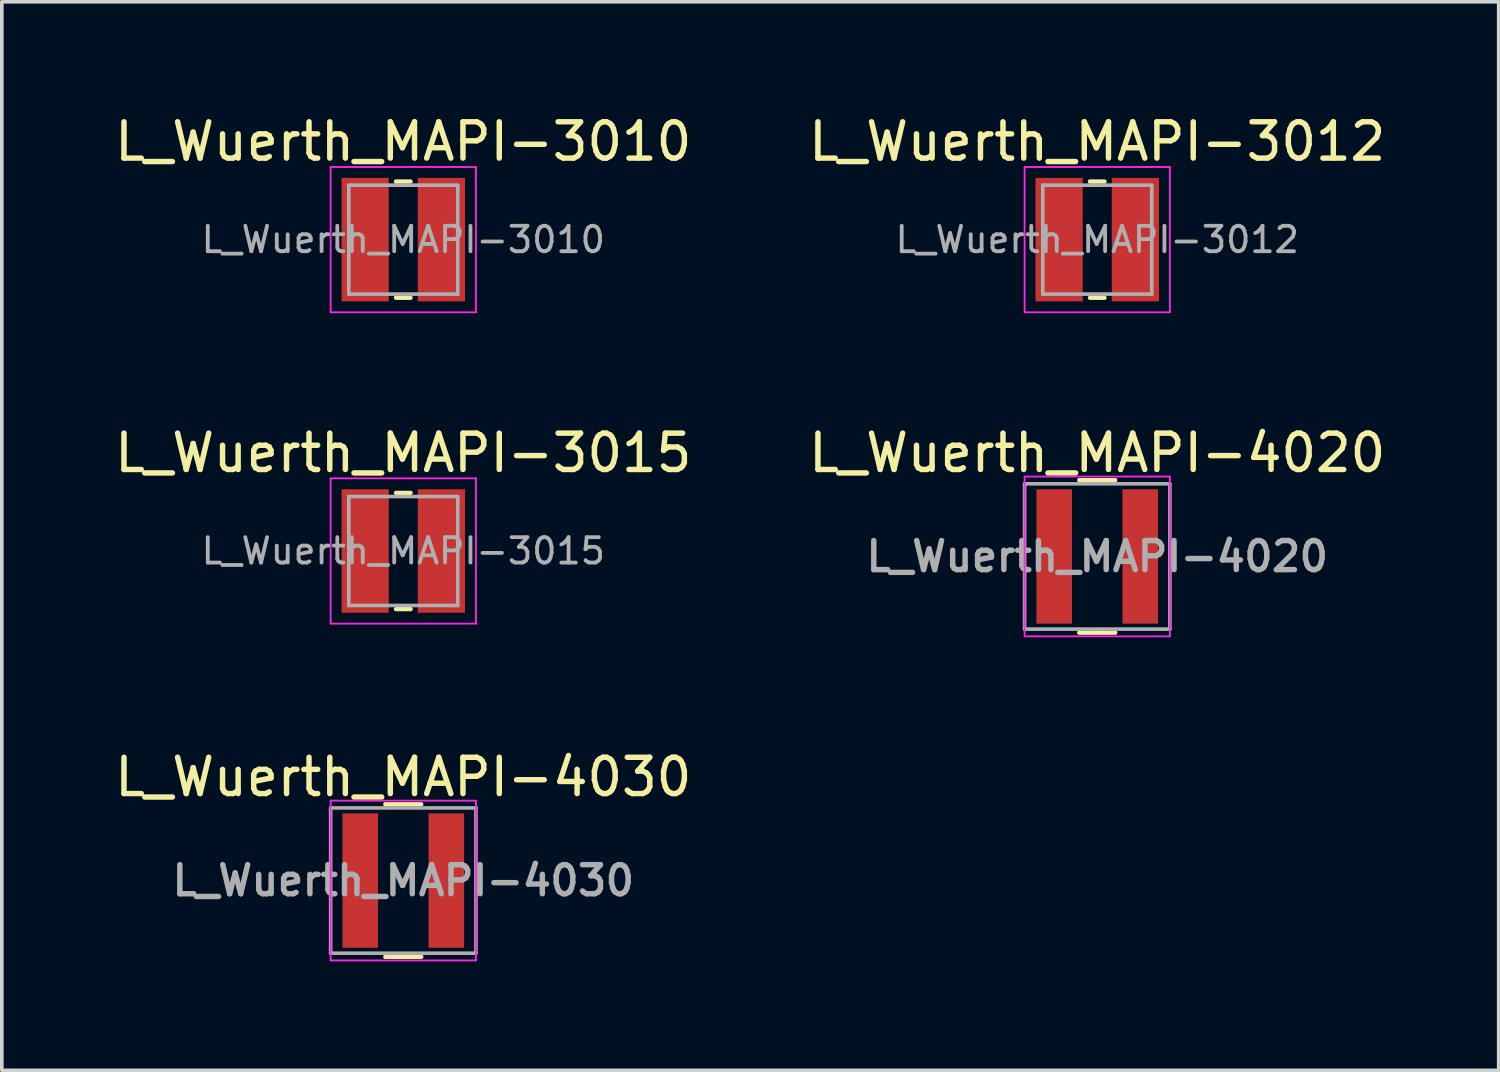
<source format=kicad_pcb>
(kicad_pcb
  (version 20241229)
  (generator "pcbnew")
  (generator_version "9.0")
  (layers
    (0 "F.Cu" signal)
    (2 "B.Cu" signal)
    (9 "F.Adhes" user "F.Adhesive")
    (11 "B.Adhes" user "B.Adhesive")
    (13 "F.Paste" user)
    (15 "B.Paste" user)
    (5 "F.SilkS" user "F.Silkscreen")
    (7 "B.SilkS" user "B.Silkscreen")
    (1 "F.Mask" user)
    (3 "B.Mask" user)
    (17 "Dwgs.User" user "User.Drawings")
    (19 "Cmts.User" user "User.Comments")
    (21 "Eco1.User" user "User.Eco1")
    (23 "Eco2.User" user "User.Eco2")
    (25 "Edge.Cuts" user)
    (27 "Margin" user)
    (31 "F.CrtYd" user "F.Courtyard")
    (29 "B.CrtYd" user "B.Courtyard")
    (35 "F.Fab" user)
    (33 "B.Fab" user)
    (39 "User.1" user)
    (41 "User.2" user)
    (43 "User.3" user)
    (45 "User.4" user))
  (footprint "L_Wuerth_MAPI-4030"
    (layer "F.Cu")
    (at 8.054 21.195)
    (property "Reference" "L_Wuerth_MAPI-4030" (at 0 -2.85 0) (layer "F.SilkS") (effects (font (size 1 1) (thickness 0.15))))
    (attr smd)
    (fp_line (start -0.495 -2.1) (end 0.495 -2.1) (stroke (width 0.12) (type solid)) (layer "F.SilkS"))
    (fp_line (start -0.495 2.1) (end 0.495 2.1) (stroke (width 0.12) (type solid)) (layer "F.SilkS"))
    (fp_line (start -2 -2.2) (end -2 2.2) (stroke (width 0.05) (type solid)) (layer "F.CrtYd"))
    (fp_line (start -2 2.2) (end 2 2.2) (stroke (width 0.05) (type solid)) (layer "F.CrtYd"))
    (fp_line (start 2 -2.2) (end -2 -2.2) (stroke (width 0.05) (type solid)) (layer "F.CrtYd"))
    (fp_line (start 2 2.2) (end 2 -2.2) (stroke (width 0.05) (type solid)) (layer "F.CrtYd"))
    (fp_line (start -2 -2) (end -2 2) (stroke (width 0.1) (type solid)) (layer "F.Fab"))
    (fp_line (start -2 2) (end 2 2) (stroke (width 0.1) (type solid)) (layer "F.Fab"))
    (fp_line (start 2 -2) (end -2 -2) (stroke (width 0.1) (type solid)) (layer "F.Fab"))
    (fp_line (start 2 2) (end 2 -2) (stroke (width 0.1) (type solid)) (layer "F.Fab"))
    (fp_text user "${REFERENCE}" (at 0 0 0) (layer "F.Fab") (effects (font (size 0.8 0.8) (thickness 0.15))))
    (pad "1" smd rect (at -1.185 0) (size 0.98 3.7) (layers "F.Cu" "F.Mask" "F.Paste"))
    (pad "2" smd rect (at 1.185 0) (size 0.98 3.7) (layers "F.Cu" "F.Mask" "F.Paste")))
  (footprint "L_Wuerth_MAPI-3012"
    (layer "F.Cu")
    (at 27.161 3.548)
    (property "Reference" "L_Wuerth_MAPI-3012" (at 0 -2.7 0) (layer "F.SilkS") (effects (font (size 1 1) (thickness 0.15))))
    (attr smd)
    (fp_line (start -0.2 -1.6) (end 0.2 -1.6) (stroke (width 0.12) (type solid)) (layer "F.SilkS"))
    (fp_line (start -0.2 1.6) (end 0.2 1.6) (stroke (width 0.12) (type solid)) (layer "F.SilkS"))
    (fp_line (start -2 -2) (end -2 2) (stroke (width 0.05) (type solid)) (layer "F.CrtYd"))
    (fp_line (start -2 2) (end 2 2) (stroke (width 0.05) (type solid)) (layer "F.CrtYd"))
    (fp_line (start 2 -2) (end -2 -2) (stroke (width 0.05) (type solid)) (layer "F.CrtYd"))
    (fp_line (start 2 2) (end 2 -2) (stroke (width 0.05) (type solid)) (layer "F.CrtYd"))
    (fp_line (start -1.5 -1.5) (end -1.5 1.5) (stroke (width 0.1) (type solid)) (layer "F.Fab"))
    (fp_line (start -1.5 1.5) (end 1.5 1.5) (stroke (width 0.1) (type solid)) (layer "F.Fab"))
    (fp_line (start 1.5 -1.5) (end -1.5 -1.5) (stroke (width 0.1) (type solid)) (layer "F.Fab"))
    (fp_line (start 1.5 1.5) (end 1.5 -1.5) (stroke (width 0.1) (type solid)) (layer "F.Fab"))
    (fp_text user "${REFERENCE}" (at 0 0 0) (layer "F.Fab") (effects (font (size 0.7 0.7) (thickness 0.105))))
    (pad "1" smd rect (at -1.05 0) (size 1.3 3.4) (layers "F.Cu" "F.Mask" "F.Paste"))
    (pad "2" smd rect (at 1.05 0) (size 1.3 3.4) (layers "F.Cu" "F.Mask" "F.Paste")))
  (footprint "L_Wuerth_MAPI-3015"
    (layer "F.Cu")
    (at 8.054 12.121)
    (property "Reference" "L_Wuerth_MAPI-3015" (at 0 -2.7 0) (layer "F.SilkS") (effects (font (size 1 1) (thickness 0.15))))
    (attr smd)
    (fp_line (start -0.2 -1.6) (end 0.2 -1.6) (stroke (width 0.12) (type solid)) (layer "F.SilkS"))
    (fp_line (start -0.2 1.6) (end 0.2 1.6) (stroke (width 0.12) (type solid)) (layer "F.SilkS"))
    (fp_line (start -2 -2) (end -2 2) (stroke (width 0.05) (type solid)) (layer "F.CrtYd"))
    (fp_line (start -2 2) (end 2 2) (stroke (width 0.05) (type solid)) (layer "F.CrtYd"))
    (fp_line (start 2 -2) (end -2 -2) (stroke (width 0.05) (type solid)) (layer "F.CrtYd"))
    (fp_line (start 2 2) (end 2 -2) (stroke (width 0.05) (type solid)) (layer "F.CrtYd"))
    (fp_line (start -1.5 -1.5) (end -1.5 1.5) (stroke (width 0.1) (type solid)) (layer "F.Fab"))
    (fp_line (start -1.5 1.5) (end 1.5 1.5) (stroke (width 0.1) (type solid)) (layer "F.Fab"))
    (fp_line (start 1.5 -1.5) (end -1.5 -1.5) (stroke (width 0.1) (type solid)) (layer "F.Fab"))
    (fp_line (start 1.5 1.5) (end 1.5 -1.5) (stroke (width 0.1) (type solid)) (layer "F.Fab"))
    (fp_text user "${REFERENCE}" (at 0 0 0) (layer "F.Fab") (effects (font (size 0.7 0.7) (thickness 0.105))))
    (pad "1" smd rect (at -1.05 0) (size 1.3 3.4) (layers "F.Cu" "F.Mask" "F.Paste"))
    (pad "2" smd rect (at 1.05 0) (size 1.3 3.4) (layers "F.Cu" "F.Mask" "F.Paste")))
  (footprint "L_Wuerth_MAPI-3010"
    (layer "F.Cu")
    (at 8.054 3.548)
    (property "Reference" "L_Wuerth_MAPI-3010" (at 0 -2.7 0) (layer "F.SilkS") (effects (font (size 1 1) (thickness 0.15))))
    (attr smd)
    (fp_line (start -0.2 -1.6) (end 0.2 -1.6) (stroke (width 0.12) (type solid)) (layer "F.SilkS"))
    (fp_line (start -0.2 1.6) (end 0.2 1.6) (stroke (width 0.12) (type solid)) (layer "F.SilkS"))
    (fp_line (start -2 -2) (end -2 2) (stroke (width 0.05) (type solid)) (layer "F.CrtYd"))
    (fp_line (start -2 2) (end 2 2) (stroke (width 0.05) (type solid)) (layer "F.CrtYd"))
    (fp_line (start 2 -2) (end -2 -2) (stroke (width 0.05) (type solid)) (layer "F.CrtYd"))
    (fp_line (start 2 2) (end 2 -2) (stroke (width 0.05) (type solid)) (layer "F.CrtYd"))
    (fp_line (start -1.5 -1.5) (end -1.5 1.5) (stroke (width 0.1) (type solid)) (layer "F.Fab"))
    (fp_line (start -1.5 1.5) (end 1.5 1.5) (stroke (width 0.1) (type solid)) (layer "F.Fab"))
    (fp_line (start 1.5 -1.5) (end -1.5 -1.5) (stroke (width 0.1) (type solid)) (layer "F.Fab"))
    (fp_line (start 1.5 1.5) (end 1.5 -1.5) (stroke (width 0.1) (type solid)) (layer "F.Fab"))
    (fp_text user "${REFERENCE}" (at 0 0 0) (layer "F.Fab") (effects (font (size 0.7 0.7) (thickness 0.105))))
    (pad "1" smd rect (at -1.05 0) (size 1.3 3.4) (layers "F.Cu" "F.Mask" "F.Paste"))
    (pad "2" smd rect (at 1.05 0) (size 1.3 3.4) (layers "F.Cu" "F.Mask" "F.Paste")))
  (footprint "L_Wuerth_MAPI-4020"
    (layer "F.Cu")
    (at 27.161 12.271)
    (property "Reference" "L_Wuerth_MAPI-4020" (at 0 -2.85 0) (layer "F.SilkS") (effects (font (size 1 1) (thickness 0.15))))
    (attr smd)
    (fp_line (start -0.495 -2.1) (end 0.495 -2.1) (stroke (width 0.12) (type solid)) (layer "F.SilkS"))
    (fp_line (start -0.495 2.1) (end 0.495 2.1) (stroke (width 0.12) (type solid)) (layer "F.SilkS"))
    (fp_line (start -2 -2.2) (end -2 2.2) (stroke (width 0.05) (type solid)) (layer "F.CrtYd"))
    (fp_line (start -2 2.2) (end 2 2.2) (stroke (width 0.05) (type solid)) (layer "F.CrtYd"))
    (fp_line (start 2 -2.2) (end -2 -2.2) (stroke (width 0.05) (type solid)) (layer "F.CrtYd"))
    (fp_line (start 2 2.2) (end 2 -2.2) (stroke (width 0.05) (type solid)) (layer "F.CrtYd"))
    (fp_line (start -2 -2) (end -2 2) (stroke (width 0.1) (type solid)) (layer "F.Fab"))
    (fp_line (start -2 2) (end 2 2) (stroke (width 0.1) (type solid)) (layer "F.Fab"))
    (fp_line (start 2 -2) (end -2 -2) (stroke (width 0.1) (type solid)) (layer "F.Fab"))
    (fp_line (start 2 2) (end 2 -2) (stroke (width 0.1) (type solid)) (layer "F.Fab"))
    (fp_text user "${REFERENCE}" (at 0 0 0) (layer "F.Fab") (effects (font (size 0.8 0.8) (thickness 0.15))))
    (pad "1" smd rect (at -1.185 0) (size 0.98 3.7) (layers "F.Cu" "F.Mask" "F.Paste"))
    (pad "2" smd rect (at 1.185 0) (size 0.98 3.7) (layers "F.Cu" "F.Mask" "F.Paste")))
  (gr_rect
    (start -3 -3)
    (end 38.214 26.42)
    (stroke (width 0.1) (type default))
    (fill no)
    (layer "Edge.Cuts")))
</source>
